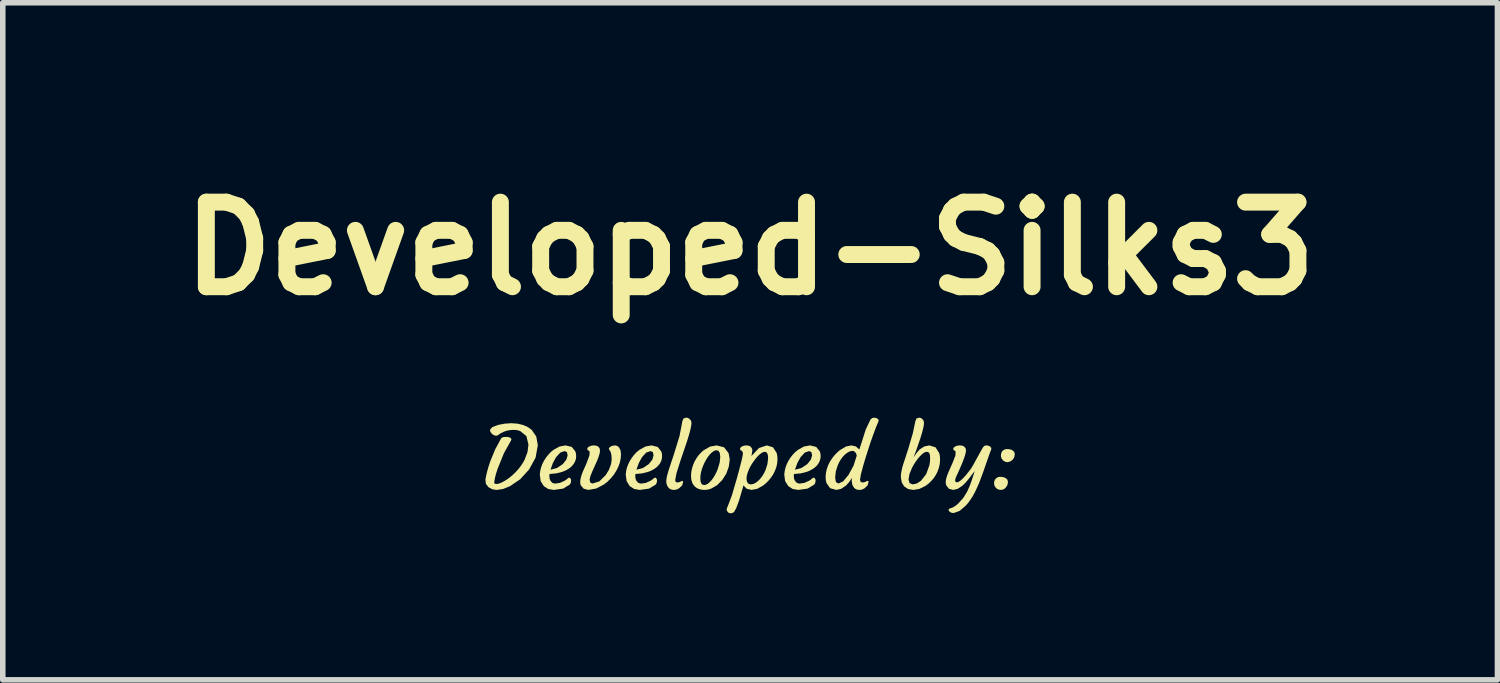
<source format=kicad_pcb>
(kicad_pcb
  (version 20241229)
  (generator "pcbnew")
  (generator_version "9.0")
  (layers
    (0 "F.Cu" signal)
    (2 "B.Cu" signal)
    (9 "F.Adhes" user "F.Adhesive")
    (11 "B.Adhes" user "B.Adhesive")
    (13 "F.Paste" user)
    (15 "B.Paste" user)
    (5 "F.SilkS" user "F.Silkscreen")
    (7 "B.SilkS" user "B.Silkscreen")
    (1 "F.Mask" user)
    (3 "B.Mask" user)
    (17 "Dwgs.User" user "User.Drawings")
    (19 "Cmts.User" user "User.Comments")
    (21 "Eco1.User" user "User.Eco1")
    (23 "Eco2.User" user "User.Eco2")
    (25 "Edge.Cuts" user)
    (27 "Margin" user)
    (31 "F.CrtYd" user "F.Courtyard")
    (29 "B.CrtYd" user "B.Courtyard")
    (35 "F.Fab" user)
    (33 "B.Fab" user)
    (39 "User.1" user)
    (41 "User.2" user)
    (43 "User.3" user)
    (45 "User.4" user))
  (footprint "Developed-Silks3"
    (layer "F.Cu")
    (at 10.465 5.337)
    (property "Reference" "Developed-Silks3" (at 0 -3.91 0) (layer "F.SilkS") (effects (font (size 1.524 1.524) (thickness 0.305))))
    (attr smd)
    (fp_poly (pts (xy -1.468 0.402) (xy -1.485 0.379) (xy -1.499 0.351) (xy -1.508 0.317) (xy -1.511 0.279) (xy -1.506 0.23) (xy -1.492 0.168) (xy -1.471 0.094) (xy -1.444 0.011) (xy -1.412 -0.085) (xy -1.38 -0.18) (xy -1.271 -0.534) (xy -1.221 -0.798) (xy -1.201 -0.846) (xy -1.158 -0.862) (xy -1.125 -0.858) (xy -1.099 -0.845) (xy -1.066 -0.81) (xy -1.056 -0.77) (xy -1.061 -0.724) (xy -1.071 -0.669) (xy -1.086 -0.607) (xy -1.105 -0.539) (xy -1.127 -0.467) (xy -1.152 -0.391) (xy -1.205 -0.235) (xy -1.258 -0.079) (xy -1.327 0.14) (xy -1.35 0.264) (xy -1.341 0.295) (xy -1.316 0.306) (xy -1.285 0.302) (xy -1.257 0.292) (xy -1.235 0.281) (xy -1.223 0.278) (xy -1.211 0.282) (xy -1.207 0.294) (xy -1.224 0.357) (xy -1.277 0.409) (xy -1.322 0.432) (xy -1.363 0.44) (xy -1.397 0.438) (xy -1.425 0.431) (xy -1.448 0.419) (xy -1.468 0.402) (xy -1.468 0.402)) (stroke (width 0) (type solid)) (fill yes) (layer "F.SilkS"))
    (fp_poly (pts (xy 4.646 -0.061) (xy 4.419 0.245) (xy 4.434 0.229) (xy 4.465 0.21) (xy 4.497 0.204) (xy 4.528 0.205) (xy 4.554 0.209) (xy 4.577 0.215) (xy 4.598 0.223) (xy 4.634 0.253) (xy 4.646 0.294) (xy 4.637 0.348) (xy 4.609 0.395) (xy 4.573 0.426) (xy 4.535 0.438) (xy 4.501 0.439) (xy 4.474 0.432) (xy 4.451 0.421) (xy 4.432 0.406) (xy 4.432 0.406) (xy 4.417 0.388) (xy 4.405 0.368) (xy 4.398 0.344) (xy 4.395 0.317) (xy 4.398 0.29) (xy 4.406 0.266) (xy 4.419 0.245) (xy 4.646 -0.061) (xy 4.621 -0.061) (xy 4.596 -0.068) (xy 4.574 -0.079) (xy 4.555 -0.094) (xy 4.527 -0.132) (xy 4.518 -0.171) (xy 4.521 -0.208) (xy 4.529 -0.235) (xy 4.542 -0.256) (xy 4.557 -0.272) (xy 4.588 -0.29) (xy 4.62 -0.296) (xy 4.651 -0.295) (xy 4.677 -0.292) (xy 4.7 -0.286) (xy 4.721 -0.277) (xy 4.757 -0.247) (xy 4.769 -0.207) (xy 4.76 -0.153) (xy 4.732 -0.106) (xy 4.693 -0.075) (xy 4.646 -0.061) (xy 4.646 -0.061)) (stroke (width 0) (type solid)) (fill yes) (layer "F.SilkS"))
    (fp_poly (pts (xy -3.789 0.164) (xy -3.42 -0.233) (xy -3.496 -0.15) (xy -3.553 -0.046) (xy -3.597 0.076) (xy -3.478 0.044) (xy -3.375 -0.025) (xy -3.31 -0.107) (xy -3.288 -0.184) (xy -3.301 -0.241) (xy -3.341 -0.26) (xy -3.42 -0.233) (xy -3.789 0.164) (xy -3.782 0.098) (xy -3.767 0.036) (xy -3.745 -0.024) (xy -3.716 -0.082) (xy -3.681 -0.138) (xy -3.64 -0.19) (xy -3.595 -0.239) (xy -3.546 -0.28) (xy -3.435 -0.342) (xy -3.324 -0.362) (xy -3.214 -0.335) (xy -3.149 -0.254) (xy -3.138 -0.214) (xy -3.134 -0.167) (xy -3.139 -0.118) (xy -3.153 -0.074) (xy -3.176 -0.033) (xy -3.205 0.004) (xy -3.24 0.037) (xy -3.282 0.066) (xy -3.329 0.092) (xy -3.38 0.113) (xy -3.493 0.142) (xy -3.613 0.153) (xy -3.616 0.166) (xy -3.617 0.185) (xy -3.616 0.208) (xy -3.613 0.233) (xy -3.605 0.258) (xy -3.594 0.28) (xy -3.56 0.315) (xy -3.514 0.326) (xy -3.426 0.313) (xy -3.341 0.274) (xy -3.314 0.256) (xy -3.292 0.238) (xy -3.275 0.224) (xy -3.259 0.219) (xy -3.247 0.223) (xy -3.236 0.236) (xy -3.228 0.253) (xy -3.225 0.273) (xy -3.231 0.311) (xy -3.248 0.343) (xy -3.368 0.416) (xy -3.536 0.44) (xy -3.638 0.423) (xy -3.717 0.372) (xy -3.774 0.282) (xy -3.789 0.164)) (stroke (width 0) (type solid)) (fill yes) (layer "F.SilkS"))
    (fp_poly (pts (xy -2.241 0.164) (xy -1.872 -0.233) (xy -1.948 -0.15) (xy -2.005 -0.046) (xy -2.049 0.076) (xy -1.929 0.044) (xy -1.826 -0.025) (xy -1.761 -0.107) (xy -1.74 -0.184) (xy -1.753 -0.241) (xy -1.793 -0.26) (xy -1.872 -0.233) (xy -2.241 0.164) (xy -2.234 0.098) (xy -2.219 0.036) (xy -2.196 -0.024) (xy -2.167 -0.082) (xy -2.132 -0.138) (xy -2.092 -0.19) (xy -2.047 -0.239) (xy -1.998 -0.28) (xy -1.887 -0.342) (xy -1.776 -0.362) (xy -1.666 -0.335) (xy -1.601 -0.254) (xy -1.589 -0.214) (xy -1.586 -0.167) (xy -1.591 -0.118) (xy -1.605 -0.074) (xy -1.627 -0.033) (xy -1.657 0.004) (xy -1.692 0.037) (xy -1.734 0.066) (xy -1.781 0.092) (xy -1.832 0.113) (xy -1.945 0.142) (xy -2.065 0.153) (xy -2.068 0.166) (xy -2.069 0.185) (xy -2.068 0.208) (xy -2.065 0.233) (xy -2.057 0.258) (xy -2.046 0.28) (xy -2.012 0.315) (xy -1.966 0.326) (xy -1.878 0.313) (xy -1.793 0.274) (xy -1.766 0.256) (xy -1.744 0.238) (xy -1.726 0.224) (xy -1.711 0.219) (xy -1.698 0.223) (xy -1.687 0.236) (xy -1.679 0.253) (xy -1.677 0.273) (xy -1.683 0.311) (xy -1.7 0.343) (xy -1.82 0.416) (xy -1.988 0.44) (xy -2.089 0.423) (xy -2.169 0.372) (xy -2.225 0.282) (xy -2.241 0.164)) (stroke (width 0) (type solid)) (fill yes) (layer "F.SilkS"))
    (fp_poly (pts (xy -0.995 0.38) (xy -0.848 0.008) (xy -0.869 0.065) (xy -0.885 0.124) (xy -0.895 0.183) (xy -0.897 0.238) (xy -0.893 0.285) (xy -0.881 0.322) (xy -0.86 0.344) (xy -0.83 0.352) (xy -0.795 0.346) (xy -0.761 0.328) (xy -0.727 0.299) (xy -0.694 0.263) (xy -0.662 0.22) (xy -0.633 0.171) (xy -0.606 0.118) (xy -0.583 0.062) (xy -0.548 -0.055) (xy -0.538 -0.157) (xy -0.547 -0.227) (xy -0.572 -0.265) (xy -0.589 -0.272) (xy -0.612 -0.274) (xy -0.638 -0.268) (xy -0.668 -0.251) (xy -0.701 -0.225) (xy -0.733 -0.19) (xy -0.765 -0.149) (xy -0.795 -0.101) (xy -0.823 -0.048) (xy -0.848 0.008) (xy -0.848 0.008) (xy -0.995 0.38) (xy -1.024 0.345) (xy -1.046 0.303) (xy -1.06 0.251) (xy -1.065 0.19) (xy -1.061 0.126) (xy -1.049 0.06) (xy -1.029 -0.005) (xy -1.003 -0.068) (xy -0.969 -0.127) (xy -0.93 -0.183) (xy -0.884 -0.233) (xy -0.835 -0.276) (xy -0.721 -0.341) (xy -0.602 -0.362) (xy -0.47 -0.328) (xy -0.388 -0.223) (xy -0.367 -0.112) (xy -0.384 0.02) (xy -0.429 0.146) (xy -0.502 0.261) (xy -0.595 0.355) (xy -0.703 0.417) (xy -0.761 0.434) (xy -0.818 0.44) (xy -0.871 0.436) (xy -0.919 0.425) (xy -0.96 0.407) (xy -0.995 0.38) (xy -0.995 0.38)) (stroke (width 0) (type solid)) (fill yes) (layer "F.SilkS"))
    (fp_poly (pts (xy 0.615 0.164) (xy 0.985 -0.233) (xy 0.909 -0.15) (xy 0.852 -0.046) (xy 0.807 0.076) (xy 0.927 0.044) (xy 1.03 -0.025) (xy 1.095 -0.107) (xy 1.117 -0.184) (xy 1.104 -0.241) (xy 1.064 -0.26) (xy 1.064 -0.26) (xy 0.985 -0.233) (xy 0.615 0.164) (xy 0.623 0.098) (xy 0.638 0.036) (xy 0.66 -0.024) (xy 0.689 -0.082) (xy 0.724 -0.138) (xy 0.764 -0.19) (xy 0.81 -0.239) (xy 0.859 -0.28) (xy 0.969 -0.342) (xy 1.081 -0.362) (xy 1.19 -0.335) (xy 1.256 -0.254) (xy 1.267 -0.214) (xy 1.271 -0.167) (xy 1.265 -0.118) (xy 1.251 -0.074) (xy 1.229 -0.033) (xy 1.2 0.004) (xy 1.164 0.037) (xy 1.122 0.066) (xy 1.076 0.092) (xy 1.025 0.113) (xy 0.912 0.142) (xy 0.791 0.153) (xy 0.789 0.166) (xy 0.787 0.185) (xy 0.788 0.208) (xy 0.792 0.233) (xy 0.799 0.258) (xy 0.811 0.28) (xy 0.844 0.315) (xy 0.89 0.326) (xy 0.978 0.313) (xy 1.064 0.274) (xy 1.091 0.256) (xy 1.112 0.238) (xy 1.13 0.224) (xy 1.145 0.219) (xy 1.158 0.223) (xy 1.169 0.236) (xy 1.177 0.253) (xy 1.18 0.273) (xy 1.174 0.311) (xy 1.157 0.343) (xy 1.036 0.416) (xy 0.869 0.44) (xy 0.767 0.423) (xy 0.688 0.372) (xy 0.631 0.282) (xy 0.615 0.164) (xy 0.615 0.164)) (stroke (width 0) (type solid)) (fill yes) (layer "F.SilkS"))
    (fp_poly (pts (xy -3.051 0.358) (xy -3.059 0.33) (xy -3.062 0.298) (xy -3.059 0.262) (xy -3.051 0.222) (xy -3.039 0.179) (xy -3.024 0.136) (xy -3.006 0.092) (xy -2.986 0.047) (xy -2.966 0.002) (xy -2.947 -0.042) (xy -2.895 -0.182) (xy -2.891 -0.25) (xy -2.904 -0.264) (xy -2.926 -0.279) (xy -2.932 -0.286) (xy -2.935 -0.297) (xy -2.932 -0.311) (xy -2.924 -0.323) (xy -2.911 -0.335) (xy -2.894 -0.345) (xy -2.857 -0.358) (xy -2.819 -0.362) (xy -2.786 -0.36) (xy -2.763 -0.354) (xy -2.744 -0.345) (xy -2.73 -0.334) (xy -2.711 -0.306) (xy -2.705 -0.273) (xy -2.708 -0.234) (xy -2.719 -0.191) (xy -2.734 -0.145) (xy -2.753 -0.096) (xy -2.775 -0.045) (xy -2.799 0.006) (xy -2.821 0.056) (xy -2.844 0.107) (xy -2.88 0.199) (xy -2.892 0.254) (xy -2.88 0.307) (xy -2.842 0.325) (xy -2.718 0.287) (xy -2.602 0.173) (xy -2.546 0.081) (xy -2.508 -0.019) (xy -2.499 -0.066) (xy -2.495 -0.108) (xy -2.496 -0.146) (xy -2.498 -0.176) (xy -2.502 -0.201) (xy -2.507 -0.223) (xy -2.52 -0.258) (xy -2.541 -0.287) (xy -2.545 -0.309) (xy -2.526 -0.334) (xy -2.485 -0.355) (xy -2.43 -0.362) (xy -2.394 -0.353) (xy -2.362 -0.326) (xy -2.335 -0.274) (xy -2.326 -0.203) (xy -2.332 -0.123) (xy -2.349 -0.045) (xy -2.378 0.03) (xy -2.415 0.103) (xy -2.46 0.171) (xy -2.513 0.235) (xy -2.571 0.292) (xy -2.634 0.342) (xy -2.774 0.415) (xy -2.914 0.44) (xy -2.998 0.419) (xy -3.051 0.358)) (stroke (width 0) (type solid)) (fill yes) (layer "F.SilkS"))
    (fp_poly (pts (xy 2.716 0.214) (xy 3.051 -0.157) (xy 3.015 -0.114) (xy 2.98 -0.065) (xy 2.946 -0.011) (xy 2.916 0.044) (xy 2.87 0.158) (xy 2.854 0.254) (xy 2.873 0.319) (xy 2.931 0.34) (xy 2.931 0.34) (xy 3.004 0.324) (xy 3.077 0.276) (xy 3.172 0.156) (xy 3.23 -0.005) (xy 3.24 -0.066) (xy 3.243 -0.13) (xy 3.24 -0.185) (xy 3.229 -0.221) (xy 3.21 -0.241) (xy 3.183 -0.247) (xy 3.153 -0.241) (xy 3.12 -0.223) (xy 3.087 -0.194) (xy 3.051 -0.157) (xy 2.716 0.214) (xy 2.717 0.171) (xy 2.722 0.129) (xy 2.73 0.088) (xy 2.739 0.047) (xy 2.75 0.005) (xy 2.763 -0.036) (xy 2.806 -0.167) (xy 2.849 -0.299) (xy 2.932 -0.583) (xy 2.977 -0.798) (xy 2.997 -0.846) (xy 3.04 -0.862) (xy 3.07 -0.858) (xy 3.094 -0.845) (xy 3.124 -0.811) (xy 3.133 -0.775) (xy 3.13 -0.736) (xy 3.123 -0.692) (xy 3.112 -0.644) (xy 3.098 -0.593) (xy 3.082 -0.538) (xy 3.064 -0.48) (xy 3.019 -0.349) (xy 2.988 -0.26) (xy 2.966 -0.203) (xy 2.944 -0.146) (xy 3.005 -0.233) (xy 3.053 -0.288) (xy 3.139 -0.344) (xy 3.229 -0.362) (xy 3.341 -0.327) (xy 3.408 -0.222) (xy 3.419 -0.168) (xy 3.422 -0.101) (xy 3.417 -0.029) (xy 3.401 0.042) (xy 3.376 0.111) (xy 3.344 0.174) (xy 3.305 0.232) (xy 3.259 0.284) (xy 3.21 0.33) (xy 3.159 0.368) (xy 3.048 0.422) (xy 2.942 0.44) (xy 2.847 0.424) (xy 2.775 0.376) (xy 2.731 0.303) (xy 2.716 0.214) (xy 2.716 0.214)) (stroke (width 0) (type solid)) (fill yes) (layer "F.SilkS"))
    (fp_poly (pts (xy -4.769 0.251) (xy -4.758 0.192) (xy -4.74 0.114) (xy -4.714 0.022) (xy -4.682 -0.074) (xy -4.593 -0.291) (xy -4.49 -0.482) (xy -4.473 -0.502) (xy -4.451 -0.511) (xy -4.42 -0.514) (xy -4.392 -0.515) (xy -4.368 -0.514) (xy -4.346 -0.509) (xy -4.328 -0.503) (xy -4.314 -0.495) (xy -4.3 -0.475) (xy -4.306 -0.454) (xy -4.436 -0.221) (xy -4.549 0.058) (xy -4.58 0.155) (xy -4.596 0.218) (xy -4.602 0.256) (xy -4.607 0.28) (xy -4.609 0.295) (xy -4.61 0.308) (xy -4.602 0.327) (xy -4.578 0.333) (xy -4.544 0.33) (xy -4.506 0.319) (xy -4.464 0.3) (xy -4.42 0.276) (xy -4.373 0.246) (xy -4.325 0.21) (xy -4.275 0.168) (xy -4.227 0.122) (xy -4.181 0.071) (xy -4.137 0.016) (xy -4.098 -0.042) (xy -4.063 -0.104) (xy -4.011 -0.241) (xy -3.994 -0.376) (xy -4.031 -0.53) (xy -4.143 -0.621) (xy -4.197 -0.637) (xy -4.252 -0.642) (xy -4.304 -0.64) (xy -4.348 -0.634) (xy -4.386 -0.626) (xy -4.423 -0.614) (xy -4.49 -0.584) (xy -4.546 -0.544) (xy -4.56 -0.539) (xy -4.577 -0.537) (xy -4.596 -0.539) (xy -4.617 -0.548) (xy -4.637 -0.56) (xy -4.655 -0.574) (xy -4.682 -0.611) (xy -4.685 -0.647) (xy -4.644 -0.692) (xy -4.538 -0.732) (xy -4.421 -0.754) (xy -4.303 -0.762) (xy -4.191 -0.754) (xy -4.09 -0.73) (xy -4.004 -0.692) (xy -3.936 -0.643) (xy -3.853 -0.522) (xy -3.825 -0.367) (xy -3.865 -0.142) (xy -3.984 0.074) (xy -4.143 0.248) (xy -4.329 0.374) (xy -4.454 0.424) (xy -4.568 0.44) (xy -4.647 0.428) (xy -4.715 0.39) (xy -4.761 0.329) (xy -4.769 0.251)) (stroke (width 0) (type solid)) (fill yes) (layer "F.SilkS"))
    (fp_poly (pts (xy 2.118 0.277) (xy 2.13 0.281) (xy 2.134 0.294) (xy 2.117 0.356) (xy 2.066 0.408) (xy 1.772 0.17) (xy 1.863 0.004) (xy 1.921 -0.177) (xy 1.908 -0.223) (xy 1.877 -0.254) (xy 1.86 -0.261) (xy 1.835 -0.263) (xy 1.805 -0.257) (xy 1.77 -0.242) (xy 1.733 -0.218) (xy 1.697 -0.187) (xy 1.664 -0.15) (xy 1.632 -0.106) (xy 1.604 -0.058) (xy 1.58 -0.008) (xy 1.544 0.105) (xy 1.532 0.216) (xy 1.546 0.298) (xy 1.591 0.325) (xy 1.591 0.325) (xy 1.676 0.286) (xy 1.772 0.17) (xy 2.066 0.408) (xy 2.022 0.432) (xy 1.98 0.44) (xy 1.944 0.438) (xy 1.916 0.431) (xy 1.894 0.419) (xy 1.873 0.402) (xy 1.841 0.347) (xy 1.83 0.275) (xy 1.832 0.254) (xy 1.836 0.223) (xy 1.779 0.305) (xy 1.73 0.359) (xy 1.641 0.42) (xy 1.554 0.44) (xy 1.441 0.409) (xy 1.376 0.317) (xy 1.364 0.266) (xy 1.36 0.203) (xy 1.366 0.135) (xy 1.381 0.065) (xy 1.405 -0.003) (xy 1.437 -0.068) (xy 1.476 -0.128) (xy 1.52 -0.184) (xy 1.569 -0.235) (xy 1.62 -0.279) (xy 1.727 -0.342) (xy 1.823 -0.362) (xy 1.904 -0.344) (xy 1.968 -0.289) (xy 2.085 -0.653) (xy 2.169 -0.829) (xy 2.198 -0.854) (xy 2.229 -0.862) (xy 2.275 -0.855) (xy 2.308 -0.832) (xy 2.314 -0.822) (xy 2.316 -0.812) (xy 2.313 -0.798) (xy 2.304 -0.776) (xy 2.289 -0.74) (xy 2.268 -0.689) (xy 2.21 -0.533) (xy 2.172 -0.425) (xy 2.113 -0.244) (xy 2.077 -0.13) (xy 2.056 -0.059) (xy 2.035 0.012) (xy 1.994 0.167) (xy 1.98 0.253) (xy 1.989 0.292) (xy 2.018 0.305) (xy 2.049 0.303) (xy 2.073 0.296) (xy 2.088 0.289) (xy 2.102 0.282) (xy 2.11 0.278) (xy 2.118 0.277) (xy 2.118 0.277)) (stroke (width 0) (type solid)) (fill yes) (layer "F.SilkS"))
    (fp_poly (pts (xy -0.121 0.359) (xy -0.048 0.14) (xy -0.061 0.191) (xy -0.065 0.238) (xy -0.06 0.279) (xy -0.046 0.312) (xy -0.022 0.333) (xy 0.011 0.34) (xy 0.049 0.335) (xy 0.086 0.32) (xy 0.122 0.296) (xy 0.158 0.265) (xy 0.192 0.227) (xy 0.223 0.184) (xy 0.252 0.136) (xy 0.276 0.085) (xy 0.312 -0.026) (xy 0.324 -0.131) (xy 0.321 -0.18) (xy 0.31 -0.217) (xy 0.291 -0.24) (xy 0.265 -0.247) (xy 0.234 -0.241) (xy 0.202 -0.223) (xy 0.168 -0.196) (xy 0.132 -0.161) (xy 0.097 -0.12) (xy 0.061 -0.072) (xy 0.027 -0.021) (xy -0.003 0.032) (xy -0.003 0.032) (xy -0.028 0.086) (xy -0.048 0.14) (xy -0.121 0.359) (xy -0.13 0.395) (xy -0.155 0.481) (xy -0.184 0.579) (xy -0.208 0.655) (xy -0.252 0.772) (xy -0.288 0.835) (xy -0.316 0.855) (xy -0.349 0.862) (xy -0.388 0.852) (xy -0.416 0.819) (xy -0.421 0.806) (xy -0.423 0.792) (xy -0.417 0.768) (xy -0.4 0.727) (xy -0.329 0.539) (xy -0.238 0.228) (xy -0.204 0.104) (xy -0.184 0.028) (xy -0.172 -0.02) (xy -0.159 -0.068) (xy -0.141 -0.148) (xy -0.132 -0.197) (xy -0.13 -0.227) (xy -0.136 -0.246) (xy -0.145 -0.258) (xy -0.155 -0.267) (xy -0.165 -0.274) (xy -0.175 -0.28) (xy -0.181 -0.288) (xy -0.182 -0.299) (xy -0.179 -0.313) (xy -0.17 -0.326) (xy -0.157 -0.337) (xy -0.142 -0.346) (xy -0.107 -0.358) (xy -0.073 -0.362) (xy -0.041 -0.36) (xy -0.017 -0.354) (xy 0.001 -0.344) (xy 0.016 -0.331) (xy 0.036 -0.301) (xy 0.04 -0.273) (xy 0.032 -0.218) (xy 0.023 -0.171) (xy 0.16 -0.315) (xy 0.302 -0.362) (xy 0.412 -0.328) (xy 0.478 -0.227) (xy 0.49 -0.174) (xy 0.493 -0.111) (xy 0.488 -0.042) (xy 0.473 0.027) (xy 0.448 0.093) (xy 0.417 0.157) (xy 0.378 0.216) (xy 0.334 0.27) (xy 0.286 0.318) (xy 0.235 0.36) (xy 0.128 0.42) (xy 0.026 0.44) (xy -0.06 0.42) (xy -0.121 0.359)) (stroke (width 0) (type solid)) (fill yes) (layer "F.SilkS"))
    (fp_poly (pts (xy 3.534 0.358) (xy 3.527 0.331) (xy 3.524 0.3) (xy 3.527 0.266) (xy 3.535 0.227) (xy 3.548 0.186) (xy 3.564 0.143) (xy 3.583 0.098) (xy 3.603 0.053) (xy 3.623 0.007) (xy 3.644 -0.039) (xy 3.699 -0.18) (xy 3.703 -0.25) (xy 3.69 -0.264) (xy 3.669 -0.279) (xy 3.662 -0.286) (xy 3.66 -0.297) (xy 3.662 -0.311) (xy 3.67 -0.323) (xy 3.683 -0.335) (xy 3.699 -0.345) (xy 3.737 -0.358) (xy 3.775 -0.362) (xy 3.808 -0.36) (xy 3.832 -0.354) (xy 3.85 -0.345) (xy 3.864 -0.334) (xy 3.883 -0.307) (xy 3.889 -0.278) (xy 3.887 -0.245) (xy 3.879 -0.209) (xy 3.868 -0.17) (xy 3.853 -0.127) (xy 3.836 -0.081) (xy 3.818 -0.035) (xy 3.773 0.069) (xy 3.746 0.13) (xy 3.732 0.159) (xy 3.718 0.189) (xy 3.7 0.234) (xy 3.694 0.263) (xy 3.696 0.282) (xy 3.701 0.294) (xy 3.711 0.3) (xy 3.726 0.303) (xy 3.745 0.299) (xy 3.765 0.289) (xy 3.789 0.273) (xy 3.813 0.252) (xy 3.839 0.227) (xy 3.865 0.199) (xy 3.893 0.168) (xy 3.919 0.135) (xy 3.979 0.057) (xy 4.02 -0.01) (xy 4.147 -0.243) (xy 4.196 -0.329) (xy 4.222 -0.354) (xy 4.247 -0.362) (xy 4.271 -0.361) (xy 4.292 -0.356) (xy 4.31 -0.35) (xy 4.325 -0.34) (xy 4.345 -0.317) (xy 4.344 -0.29) (xy 4.331 -0.257) (xy 4.315 -0.214) (xy 4.195 0.129) (xy 4.126 0.313) (xy 4.085 0.407) (xy 4.05 0.481) (xy 4.015 0.545) (xy 3.974 0.609) (xy 3.93 0.671) (xy 3.882 0.726) (xy 3.774 0.818) (xy 3.672 0.855) (xy 3.638 0.854) (xy 3.612 0.844) (xy 3.583 0.821) (xy 3.574 0.8) (xy 3.582 0.783) (xy 3.608 0.771) (xy 3.644 0.759) (xy 3.68 0.739) (xy 3.717 0.713) (xy 3.752 0.683) (xy 3.842 0.582) (xy 3.91 0.472) (xy 3.953 0.375) (xy 3.987 0.283) (xy 4.017 0.192) (xy 4.047 0.101) (xy 4.023 0.13) (xy 3.997 0.164) (xy 3.97 0.2) (xy 3.942 0.237) (xy 3.876 0.315) (xy 3.822 0.367) (xy 3.736 0.422) (xy 3.66 0.44) (xy 3.581 0.419) (xy 3.534 0.358) (xy 3.534 0.358)) (stroke (width 0) (type solid)) (fill yes) (layer "F.SilkS")))
  (gr_rect
    (start -3 -3)
    (end 23.93 9.199)
    (stroke (width 0.1) (type default))
    (fill no)
    (layer "Edge.Cuts")))
</source>
